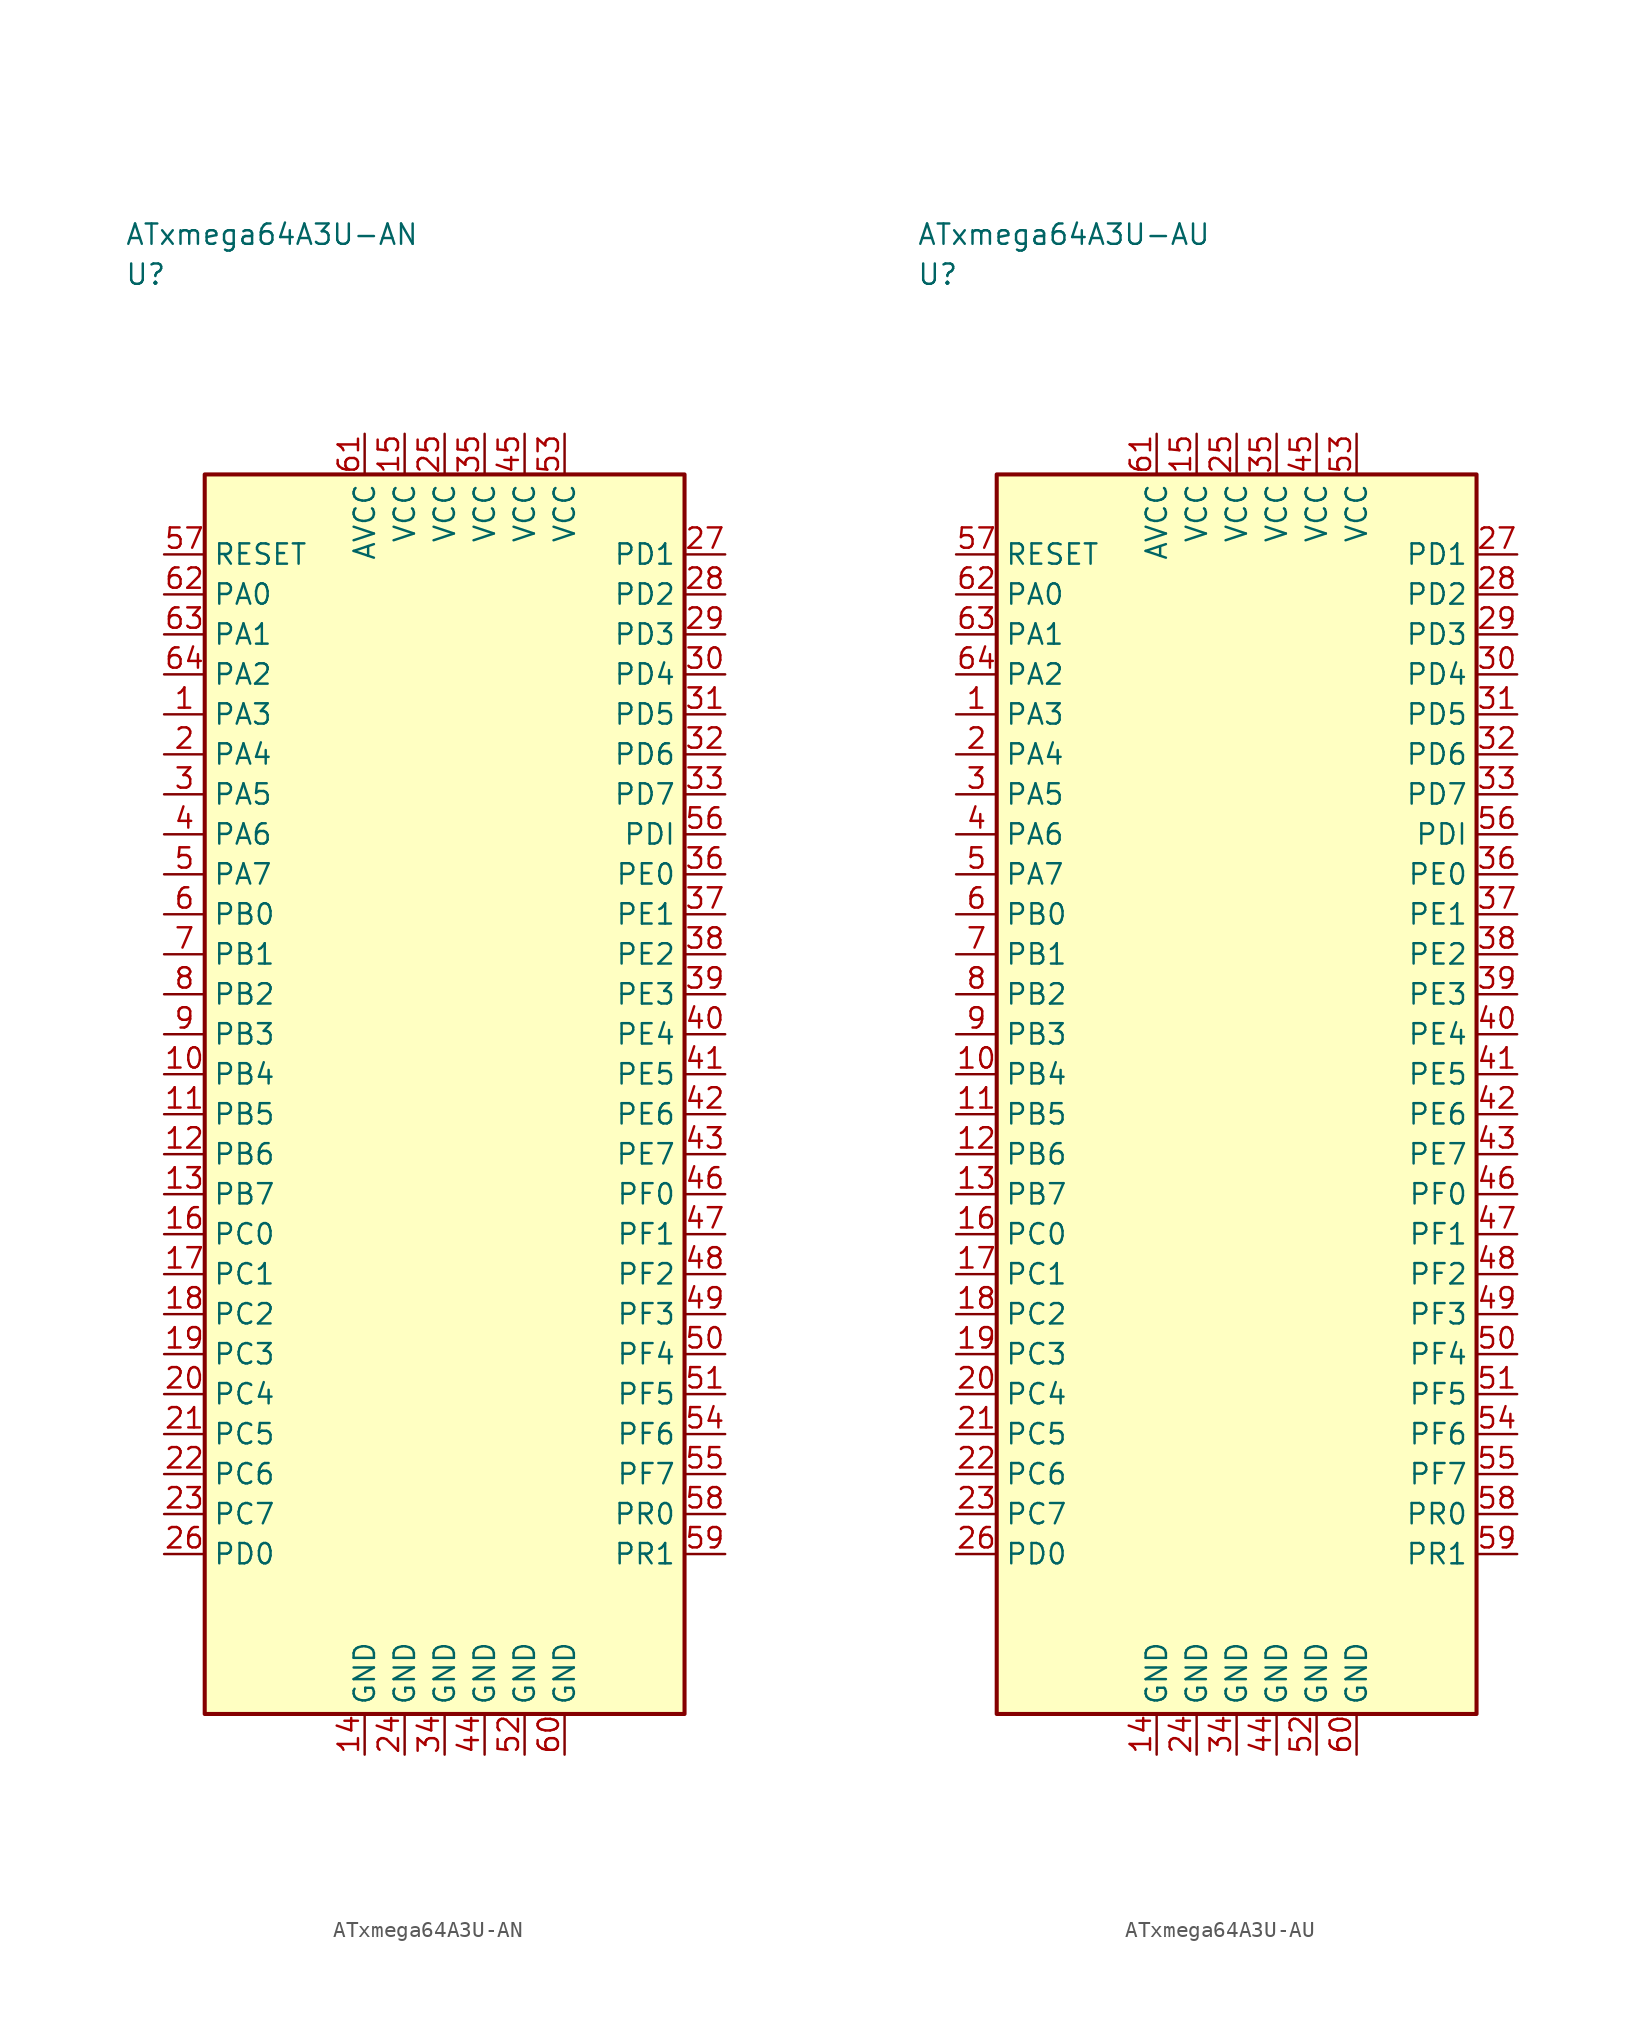
<source format=kicad_sym>
(kicad_symbol_lib
  (version 20241025)
  (generator "kicad_symbol_editor")
  (generator_version "8.0")
  (symbol "ATxmega64A3U-AN"
    (property "Reference" "U"
      (at -20.0 51.25 0)
      (effects (font (size 1.27 1.27)) (justify left)))
    (property "Value" "ATxmega64A3U-AN"
      (at -20.0 53.75 0)
      (effects (font (size 1.27 1.27)) (justify left)))
    (symbol "ATxmega64A3U-AN_0_1"
      (rectangle (start -15.0 38.75) (end 15.0 -38.75) (stroke (width 0.254) (type default)) (fill (type background))))
    (symbol "ATxmega64A3U-AN_1_1"
      (pin bidirectional line (at -17.54 23.75 0.0) (length 2.54) (name "PA3" (effects (font (size 1.27 1.27)))) (number "1" (effects (font (size 1.27 1.27)))))
      (pin bidirectional line (at -17.54 21.25 0.0) (length 2.54) (name "PA4" (effects (font (size 1.27 1.27)))) (number "2" (effects (font (size 1.27 1.27)))))
      (pin bidirectional line (at -17.54 18.75 0.0) (length 2.54) (name "PA5" (effects (font (size 1.27 1.27)))) (number "3" (effects (font (size 1.27 1.27)))))
      (pin bidirectional line (at -17.54 16.25 0.0) (length 2.54) (name "PA6" (effects (font (size 1.27 1.27)))) (number "4" (effects (font (size 1.27 1.27)))))
      (pin bidirectional line (at -17.54 13.75 0.0) (length 2.54) (name "PA7" (effects (font (size 1.27 1.27)))) (number "5" (effects (font (size 1.27 1.27)))))
      (pin bidirectional line (at -17.54 11.25 0.0) (length 2.54) (name "PB0" (effects (font (size 1.27 1.27)))) (number "6" (effects (font (size 1.27 1.27)))))
      (pin bidirectional line (at -17.54 8.75 0.0) (length 2.54) (name "PB1" (effects (font (size 1.27 1.27)))) (number "7" (effects (font (size 1.27 1.27)))))
      (pin bidirectional line (at -17.54 6.25 0.0) (length 2.54) (name "PB2" (effects (font (size 1.27 1.27)))) (number "8" (effects (font (size 1.27 1.27)))))
      (pin bidirectional line (at -17.54 3.75 0.0) (length 2.54) (name "PB3" (effects (font (size 1.27 1.27)))) (number "9" (effects (font (size 1.27 1.27)))))
      (pin bidirectional line (at -17.54 1.25 0.0) (length 2.54) (name "PB4" (effects (font (size 1.27 1.27)))) (number "10" (effects (font (size 1.27 1.27)))))
      (pin bidirectional line (at -17.54 -1.25 0.0) (length 2.54) (name "PB5" (effects (font (size 1.27 1.27)))) (number "11" (effects (font (size 1.27 1.27)))))
      (pin bidirectional line (at -17.54 -3.75 0.0) (length 2.54) (name "PB6" (effects (font (size 1.27 1.27)))) (number "12" (effects (font (size 1.27 1.27)))))
      (pin bidirectional line (at -17.54 -6.25 0.0) (length 2.54) (name "PB7" (effects (font (size 1.27 1.27)))) (number "13" (effects (font (size 1.27 1.27)))))
      (pin passive line (at -5.0 -41.29 90.0) (length 2.54) (name "GND" (effects (font (size 1.27 1.27)))) (number "14" (effects (font (size 1.27 1.27)))))
      (pin power_in line (at -2.5 41.29 270.0) (length 2.54) (name "VCC" (effects (font (size 1.27 1.27)))) (number "15" (effects (font (size 1.27 1.27)))))
      (pin bidirectional line (at -17.54 -8.75 0.0) (length 2.54) (name "PC0" (effects (font (size 1.27 1.27)))) (number "16" (effects (font (size 1.27 1.27)))))
      (pin bidirectional line (at -17.54 -11.25 0.0) (length 2.54) (name "PC1" (effects (font (size 1.27 1.27)))) (number "17" (effects (font (size 1.27 1.27)))))
      (pin bidirectional line (at -17.54 -13.75 0.0) (length 2.54) (name "PC2" (effects (font (size 1.27 1.27)))) (number "18" (effects (font (size 1.27 1.27)))))
      (pin bidirectional line (at -17.54 -16.25 0.0) (length 2.54) (name "PC3" (effects (font (size 1.27 1.27)))) (number "19" (effects (font (size 1.27 1.27)))))
      (pin bidirectional line (at -17.54 -18.75 0.0) (length 2.54) (name "PC4" (effects (font (size 1.27 1.27)))) (number "20" (effects (font (size 1.27 1.27)))))
      (pin bidirectional line (at -17.54 -21.25 0.0) (length 2.54) (name "PC5" (effects (font (size 1.27 1.27)))) (number "21" (effects (font (size 1.27 1.27)))))
      (pin bidirectional line (at -17.54 -23.75 0.0) (length 2.54) (name "PC6" (effects (font (size 1.27 1.27)))) (number "22" (effects (font (size 1.27 1.27)))))
      (pin bidirectional line (at -17.54 -26.25 0.0) (length 2.54) (name "PC7" (effects (font (size 1.27 1.27)))) (number "23" (effects (font (size 1.27 1.27)))))
      (pin passive line (at -2.5 -41.29 90.0) (length 2.54) (name "GND" (effects (font (size 1.27 1.27)))) (number "24" (effects (font (size 1.27 1.27)))))
      (pin power_in line (at 0.0 41.29 270.0) (length 2.54) (name "VCC" (effects (font (size 1.27 1.27)))) (number "25" (effects (font (size 1.27 1.27)))))
      (pin bidirectional line (at -17.54 -28.75 0.0) (length 2.54) (name "PD0" (effects (font (size 1.27 1.27)))) (number "26" (effects (font (size 1.27 1.27)))))
      (pin bidirectional line (at 17.54 33.75 180.0) (length 2.54) (name "PD1" (effects (font (size 1.27 1.27)))) (number "27" (effects (font (size 1.27 1.27)))))
      (pin bidirectional line (at 17.54 31.25 180.0) (length 2.54) (name "PD2" (effects (font (size 1.27 1.27)))) (number "28" (effects (font (size 1.27 1.27)))))
      (pin bidirectional line (at 17.54 28.75 180.0) (length 2.54) (name "PD3" (effects (font (size 1.27 1.27)))) (number "29" (effects (font (size 1.27 1.27)))))
      (pin bidirectional line (at 17.54 26.25 180.0) (length 2.54) (name "PD4" (effects (font (size 1.27 1.27)))) (number "30" (effects (font (size 1.27 1.27)))))
      (pin bidirectional line (at 17.54 23.75 180.0) (length 2.54) (name "PD5" (effects (font (size 1.27 1.27)))) (number "31" (effects (font (size 1.27 1.27)))))
      (pin bidirectional line (at 17.54 21.25 180.0) (length 2.54) (name "PD6" (effects (font (size 1.27 1.27)))) (number "32" (effects (font (size 1.27 1.27)))))
      (pin bidirectional line (at 17.54 18.75 180.0) (length 2.54) (name "PD7" (effects (font (size 1.27 1.27)))) (number "33" (effects (font (size 1.27 1.27)))))
      (pin passive line (at 0.0 -41.29 90.0) (length 2.54) (name "GND" (effects (font (size 1.27 1.27)))) (number "34" (effects (font (size 1.27 1.27)))))
      (pin power_in line (at 2.5 41.29 270.0) (length 2.54) (name "VCC" (effects (font (size 1.27 1.27)))) (number "35" (effects (font (size 1.27 1.27)))))
      (pin bidirectional line (at 17.54 13.75 180.0) (length 2.54) (name "PE0" (effects (font (size 1.27 1.27)))) (number "36" (effects (font (size 1.27 1.27)))))
      (pin bidirectional line (at 17.54 11.25 180.0) (length 2.54) (name "PE1" (effects (font (size 1.27 1.27)))) (number "37" (effects (font (size 1.27 1.27)))))
      (pin bidirectional line (at 17.54 8.75 180.0) (length 2.54) (name "PE2" (effects (font (size 1.27 1.27)))) (number "38" (effects (font (size 1.27 1.27)))))
      (pin bidirectional line (at 17.54 6.25 180.0) (length 2.54) (name "PE3" (effects (font (size 1.27 1.27)))) (number "39" (effects (font (size 1.27 1.27)))))
      (pin bidirectional line (at 17.54 3.75 180.0) (length 2.54) (name "PE4" (effects (font (size 1.27 1.27)))) (number "40" (effects (font (size 1.27 1.27)))))
      (pin bidirectional line (at 17.54 1.25 180.0) (length 2.54) (name "PE5" (effects (font (size 1.27 1.27)))) (number "41" (effects (font (size 1.27 1.27)))))
      (pin bidirectional line (at 17.54 -1.25 180.0) (length 2.54) (name "PE6" (effects (font (size 1.27 1.27)))) (number "42" (effects (font (size 1.27 1.27)))))
      (pin bidirectional line (at 17.54 -3.75 180.0) (length 2.54) (name "PE7" (effects (font (size 1.27 1.27)))) (number "43" (effects (font (size 1.27 1.27)))))
      (pin passive line (at 2.5 -41.29 90.0) (length 2.54) (name "GND" (effects (font (size 1.27 1.27)))) (number "44" (effects (font (size 1.27 1.27)))))
      (pin power_in line (at 5.0 41.29 270.0) (length 2.54) (name "VCC" (effects (font (size 1.27 1.27)))) (number "45" (effects (font (size 1.27 1.27)))))
      (pin bidirectional line (at 17.54 -6.25 180.0) (length 2.54) (name "PF0" (effects (font (size 1.27 1.27)))) (number "46" (effects (font (size 1.27 1.27)))))
      (pin bidirectional line (at 17.54 -8.75 180.0) (length 2.54) (name "PF1" (effects (font (size 1.27 1.27)))) (number "47" (effects (font (size 1.27 1.27)))))
      (pin bidirectional line (at 17.54 -11.25 180.0) (length 2.54) (name "PF2" (effects (font (size 1.27 1.27)))) (number "48" (effects (font (size 1.27 1.27)))))
      (pin bidirectional line (at 17.54 -13.75 180.0) (length 2.54) (name "PF3" (effects (font (size 1.27 1.27)))) (number "49" (effects (font (size 1.27 1.27)))))
      (pin bidirectional line (at 17.54 -16.25 180.0) (length 2.54) (name "PF4" (effects (font (size 1.27 1.27)))) (number "50" (effects (font (size 1.27 1.27)))))
      (pin bidirectional line (at 17.54 -18.75 180.0) (length 2.54) (name "PF5" (effects (font (size 1.27 1.27)))) (number "51" (effects (font (size 1.27 1.27)))))
      (pin passive line (at 5.0 -41.29 90.0) (length 2.54) (name "GND" (effects (font (size 1.27 1.27)))) (number "52" (effects (font (size 1.27 1.27)))))
      (pin power_in line (at 7.5 41.29 270.0) (length 2.54) (name "VCC" (effects (font (size 1.27 1.27)))) (number "53" (effects (font (size 1.27 1.27)))))
      (pin bidirectional line (at 17.54 -21.25 180.0) (length 2.54) (name "PF6" (effects (font (size 1.27 1.27)))) (number "54" (effects (font (size 1.27 1.27)))))
      (pin bidirectional line (at 17.54 -23.75 180.0) (length 2.54) (name "PF7" (effects (font (size 1.27 1.27)))) (number "55" (effects (font (size 1.27 1.27)))))
      (pin bidirectional line (at 17.54 16.25 180.0) (length 2.54) (name "PDI" (effects (font (size 1.27 1.27)))) (number "56" (effects (font (size 1.27 1.27)))))
      (pin input line (at -17.54 33.75 0.0) (length 2.54) (name "RESET" (effects (font (size 1.27 1.27)))) (number "57" (effects (font (size 1.27 1.27)))))
      (pin bidirectional line (at 17.54 -26.25 180.0) (length 2.54) (name "PR0" (effects (font (size 1.27 1.27)))) (number "58" (effects (font (size 1.27 1.27)))))
      (pin bidirectional line (at 17.54 -28.75 180.0) (length 2.54) (name "PR1" (effects (font (size 1.27 1.27)))) (number "59" (effects (font (size 1.27 1.27)))))
      (pin passive line (at 7.5 -41.29 90.0) (length 2.54) (name "GND" (effects (font (size 1.27 1.27)))) (number "60" (effects (font (size 1.27 1.27)))))
      (pin power_in line (at -5.0 41.29 270.0) (length 2.54) (name "AVCC" (effects (font (size 1.27 1.27)))) (number "61" (effects (font (size 1.27 1.27)))))
      (pin bidirectional line (at -17.54 31.25 0.0) (length 2.54) (name "PA0" (effects (font (size 1.27 1.27)))) (number "62" (effects (font (size 1.27 1.27)))))
      (pin bidirectional line (at -17.54 28.75 0.0) (length 2.54) (name "PA1" (effects (font (size 1.27 1.27)))) (number "63" (effects (font (size 1.27 1.27)))))
      (pin bidirectional line (at -17.54 26.25 0.0) (length 2.54) (name "PA2" (effects (font (size 1.27 1.27)))) (number "64" (effects (font (size 1.27 1.27)))))))
  (symbol "ATxmega64A3U-AU"
    (property "Reference" "U"
      (at -20.0 51.25 0)
      (effects (font (size 1.27 1.27)) (justify left)))
    (property "Value" "ATxmega64A3U-AU"
      (at -20.0 53.75 0)
      (effects (font (size 1.27 1.27)) (justify left)))
    (symbol "ATxmega64A3U-AU_0_1"
      (rectangle (start -15.0 38.75) (end 15.0 -38.75) (stroke (width 0.254) (type default)) (fill (type background))))
    (symbol "ATxmega64A3U-AU_1_1"
      (pin bidirectional line (at -17.54 23.75 0.0) (length 2.54) (name "PA3" (effects (font (size 1.27 1.27)))) (number "1" (effects (font (size 1.27 1.27)))))
      (pin bidirectional line (at -17.54 21.25 0.0) (length 2.54) (name "PA4" (effects (font (size 1.27 1.27)))) (number "2" (effects (font (size 1.27 1.27)))))
      (pin bidirectional line (at -17.54 18.75 0.0) (length 2.54) (name "PA5" (effects (font (size 1.27 1.27)))) (number "3" (effects (font (size 1.27 1.27)))))
      (pin bidirectional line (at -17.54 16.25 0.0) (length 2.54) (name "PA6" (effects (font (size 1.27 1.27)))) (number "4" (effects (font (size 1.27 1.27)))))
      (pin bidirectional line (at -17.54 13.75 0.0) (length 2.54) (name "PA7" (effects (font (size 1.27 1.27)))) (number "5" (effects (font (size 1.27 1.27)))))
      (pin bidirectional line (at -17.54 11.25 0.0) (length 2.54) (name "PB0" (effects (font (size 1.27 1.27)))) (number "6" (effects (font (size 1.27 1.27)))))
      (pin bidirectional line (at -17.54 8.75 0.0) (length 2.54) (name "PB1" (effects (font (size 1.27 1.27)))) (number "7" (effects (font (size 1.27 1.27)))))
      (pin bidirectional line (at -17.54 6.25 0.0) (length 2.54) (name "PB2" (effects (font (size 1.27 1.27)))) (number "8" (effects (font (size 1.27 1.27)))))
      (pin bidirectional line (at -17.54 3.75 0.0) (length 2.54) (name "PB3" (effects (font (size 1.27 1.27)))) (number "9" (effects (font (size 1.27 1.27)))))
      (pin bidirectional line (at -17.54 1.25 0.0) (length 2.54) (name "PB4" (effects (font (size 1.27 1.27)))) (number "10" (effects (font (size 1.27 1.27)))))
      (pin bidirectional line (at -17.54 -1.25 0.0) (length 2.54) (name "PB5" (effects (font (size 1.27 1.27)))) (number "11" (effects (font (size 1.27 1.27)))))
      (pin bidirectional line (at -17.54 -3.75 0.0) (length 2.54) (name "PB6" (effects (font (size 1.27 1.27)))) (number "12" (effects (font (size 1.27 1.27)))))
      (pin bidirectional line (at -17.54 -6.25 0.0) (length 2.54) (name "PB7" (effects (font (size 1.27 1.27)))) (number "13" (effects (font (size 1.27 1.27)))))
      (pin passive line (at -5.0 -41.29 90.0) (length 2.54) (name "GND" (effects (font (size 1.27 1.27)))) (number "14" (effects (font (size 1.27 1.27)))))
      (pin power_in line (at -2.5 41.29 270.0) (length 2.54) (name "VCC" (effects (font (size 1.27 1.27)))) (number "15" (effects (font (size 1.27 1.27)))))
      (pin bidirectional line (at -17.54 -8.75 0.0) (length 2.54) (name "PC0" (effects (font (size 1.27 1.27)))) (number "16" (effects (font (size 1.27 1.27)))))
      (pin bidirectional line (at -17.54 -11.25 0.0) (length 2.54) (name "PC1" (effects (font (size 1.27 1.27)))) (number "17" (effects (font (size 1.27 1.27)))))
      (pin bidirectional line (at -17.54 -13.75 0.0) (length 2.54) (name "PC2" (effects (font (size 1.27 1.27)))) (number "18" (effects (font (size 1.27 1.27)))))
      (pin bidirectional line (at -17.54 -16.25 0.0) (length 2.54) (name "PC3" (effects (font (size 1.27 1.27)))) (number "19" (effects (font (size 1.27 1.27)))))
      (pin bidirectional line (at -17.54 -18.75 0.0) (length 2.54) (name "PC4" (effects (font (size 1.27 1.27)))) (number "20" (effects (font (size 1.27 1.27)))))
      (pin bidirectional line (at -17.54 -21.25 0.0) (length 2.54) (name "PC5" (effects (font (size 1.27 1.27)))) (number "21" (effects (font (size 1.27 1.27)))))
      (pin bidirectional line (at -17.54 -23.75 0.0) (length 2.54) (name "PC6" (effects (font (size 1.27 1.27)))) (number "22" (effects (font (size 1.27 1.27)))))
      (pin bidirectional line (at -17.54 -26.25 0.0) (length 2.54) (name "PC7" (effects (font (size 1.27 1.27)))) (number "23" (effects (font (size 1.27 1.27)))))
      (pin passive line (at -2.5 -41.29 90.0) (length 2.54) (name "GND" (effects (font (size 1.27 1.27)))) (number "24" (effects (font (size 1.27 1.27)))))
      (pin power_in line (at 0.0 41.29 270.0) (length 2.54) (name "VCC" (effects (font (size 1.27 1.27)))) (number "25" (effects (font (size 1.27 1.27)))))
      (pin bidirectional line (at -17.54 -28.75 0.0) (length 2.54) (name "PD0" (effects (font (size 1.27 1.27)))) (number "26" (effects (font (size 1.27 1.27)))))
      (pin bidirectional line (at 17.54 33.75 180.0) (length 2.54) (name "PD1" (effects (font (size 1.27 1.27)))) (number "27" (effects (font (size 1.27 1.27)))))
      (pin bidirectional line (at 17.54 31.25 180.0) (length 2.54) (name "PD2" (effects (font (size 1.27 1.27)))) (number "28" (effects (font (size 1.27 1.27)))))
      (pin bidirectional line (at 17.54 28.75 180.0) (length 2.54) (name "PD3" (effects (font (size 1.27 1.27)))) (number "29" (effects (font (size 1.27 1.27)))))
      (pin bidirectional line (at 17.54 26.25 180.0) (length 2.54) (name "PD4" (effects (font (size 1.27 1.27)))) (number "30" (effects (font (size 1.27 1.27)))))
      (pin bidirectional line (at 17.54 23.75 180.0) (length 2.54) (name "PD5" (effects (font (size 1.27 1.27)))) (number "31" (effects (font (size 1.27 1.27)))))
      (pin bidirectional line (at 17.54 21.25 180.0) (length 2.54) (name "PD6" (effects (font (size 1.27 1.27)))) (number "32" (effects (font (size 1.27 1.27)))))
      (pin bidirectional line (at 17.54 18.75 180.0) (length 2.54) (name "PD7" (effects (font (size 1.27 1.27)))) (number "33" (effects (font (size 1.27 1.27)))))
      (pin passive line (at 0.0 -41.29 90.0) (length 2.54) (name "GND" (effects (font (size 1.27 1.27)))) (number "34" (effects (font (size 1.27 1.27)))))
      (pin power_in line (at 2.5 41.29 270.0) (length 2.54) (name "VCC" (effects (font (size 1.27 1.27)))) (number "35" (effects (font (size 1.27 1.27)))))
      (pin bidirectional line (at 17.54 13.75 180.0) (length 2.54) (name "PE0" (effects (font (size 1.27 1.27)))) (number "36" (effects (font (size 1.27 1.27)))))
      (pin bidirectional line (at 17.54 11.25 180.0) (length 2.54) (name "PE1" (effects (font (size 1.27 1.27)))) (number "37" (effects (font (size 1.27 1.27)))))
      (pin bidirectional line (at 17.54 8.75 180.0) (length 2.54) (name "PE2" (effects (font (size 1.27 1.27)))) (number "38" (effects (font (size 1.27 1.27)))))
      (pin bidirectional line (at 17.54 6.25 180.0) (length 2.54) (name "PE3" (effects (font (size 1.27 1.27)))) (number "39" (effects (font (size 1.27 1.27)))))
      (pin bidirectional line (at 17.54 3.75 180.0) (length 2.54) (name "PE4" (effects (font (size 1.27 1.27)))) (number "40" (effects (font (size 1.27 1.27)))))
      (pin bidirectional line (at 17.54 1.25 180.0) (length 2.54) (name "PE5" (effects (font (size 1.27 1.27)))) (number "41" (effects (font (size 1.27 1.27)))))
      (pin bidirectional line (at 17.54 -1.25 180.0) (length 2.54) (name "PE6" (effects (font (size 1.27 1.27)))) (number "42" (effects (font (size 1.27 1.27)))))
      (pin bidirectional line (at 17.54 -3.75 180.0) (length 2.54) (name "PE7" (effects (font (size 1.27 1.27)))) (number "43" (effects (font (size 1.27 1.27)))))
      (pin passive line (at 2.5 -41.29 90.0) (length 2.54) (name "GND" (effects (font (size 1.27 1.27)))) (number "44" (effects (font (size 1.27 1.27)))))
      (pin power_in line (at 5.0 41.29 270.0) (length 2.54) (name "VCC" (effects (font (size 1.27 1.27)))) (number "45" (effects (font (size 1.27 1.27)))))
      (pin bidirectional line (at 17.54 -6.25 180.0) (length 2.54) (name "PF0" (effects (font (size 1.27 1.27)))) (number "46" (effects (font (size 1.27 1.27)))))
      (pin bidirectional line (at 17.54 -8.75 180.0) (length 2.54) (name "PF1" (effects (font (size 1.27 1.27)))) (number "47" (effects (font (size 1.27 1.27)))))
      (pin bidirectional line (at 17.54 -11.25 180.0) (length 2.54) (name "PF2" (effects (font (size 1.27 1.27)))) (number "48" (effects (font (size 1.27 1.27)))))
      (pin bidirectional line (at 17.54 -13.75 180.0) (length 2.54) (name "PF3" (effects (font (size 1.27 1.27)))) (number "49" (effects (font (size 1.27 1.27)))))
      (pin bidirectional line (at 17.54 -16.25 180.0) (length 2.54) (name "PF4" (effects (font (size 1.27 1.27)))) (number "50" (effects (font (size 1.27 1.27)))))
      (pin bidirectional line (at 17.54 -18.75 180.0) (length 2.54) (name "PF5" (effects (font (size 1.27 1.27)))) (number "51" (effects (font (size 1.27 1.27)))))
      (pin passive line (at 5.0 -41.29 90.0) (length 2.54) (name "GND" (effects (font (size 1.27 1.27)))) (number "52" (effects (font (size 1.27 1.27)))))
      (pin power_in line (at 7.5 41.29 270.0) (length 2.54) (name "VCC" (effects (font (size 1.27 1.27)))) (number "53" (effects (font (size 1.27 1.27)))))
      (pin bidirectional line (at 17.54 -21.25 180.0) (length 2.54) (name "PF6" (effects (font (size 1.27 1.27)))) (number "54" (effects (font (size 1.27 1.27)))))
      (pin bidirectional line (at 17.54 -23.75 180.0) (length 2.54) (name "PF7" (effects (font (size 1.27 1.27)))) (number "55" (effects (font (size 1.27 1.27)))))
      (pin bidirectional line (at 17.54 16.25 180.0) (length 2.54) (name "PDI" (effects (font (size 1.27 1.27)))) (number "56" (effects (font (size 1.27 1.27)))))
      (pin input line (at -17.54 33.75 0.0) (length 2.54) (name "RESET" (effects (font (size 1.27 1.27)))) (number "57" (effects (font (size 1.27 1.27)))))
      (pin bidirectional line (at 17.54 -26.25 180.0) (length 2.54) (name "PR0" (effects (font (size 1.27 1.27)))) (number "58" (effects (font (size 1.27 1.27)))))
      (pin bidirectional line (at 17.54 -28.75 180.0) (length 2.54) (name "PR1" (effects (font (size 1.27 1.27)))) (number "59" (effects (font (size 1.27 1.27)))))
      (pin passive line (at 7.5 -41.29 90.0) (length 2.54) (name "GND" (effects (font (size 1.27 1.27)))) (number "60" (effects (font (size 1.27 1.27)))))
      (pin power_in line (at -5.0 41.29 270.0) (length 2.54) (name "AVCC" (effects (font (size 1.27 1.27)))) (number "61" (effects (font (size 1.27 1.27)))))
      (pin bidirectional line (at -17.54 31.25 0.0) (length 2.54) (name "PA0" (effects (font (size 1.27 1.27)))) (number "62" (effects (font (size 1.27 1.27)))))
      (pin bidirectional line (at -17.54 28.75 0.0) (length 2.54) (name "PA1" (effects (font (size 1.27 1.27)))) (number "63" (effects (font (size 1.27 1.27)))))
      (pin bidirectional line (at -17.54 26.25 0.0) (length 2.54) (name "PA2" (effects (font (size 1.27 1.27)))) (number "64" (effects (font (size 1.27 1.27))))))))
</source>
